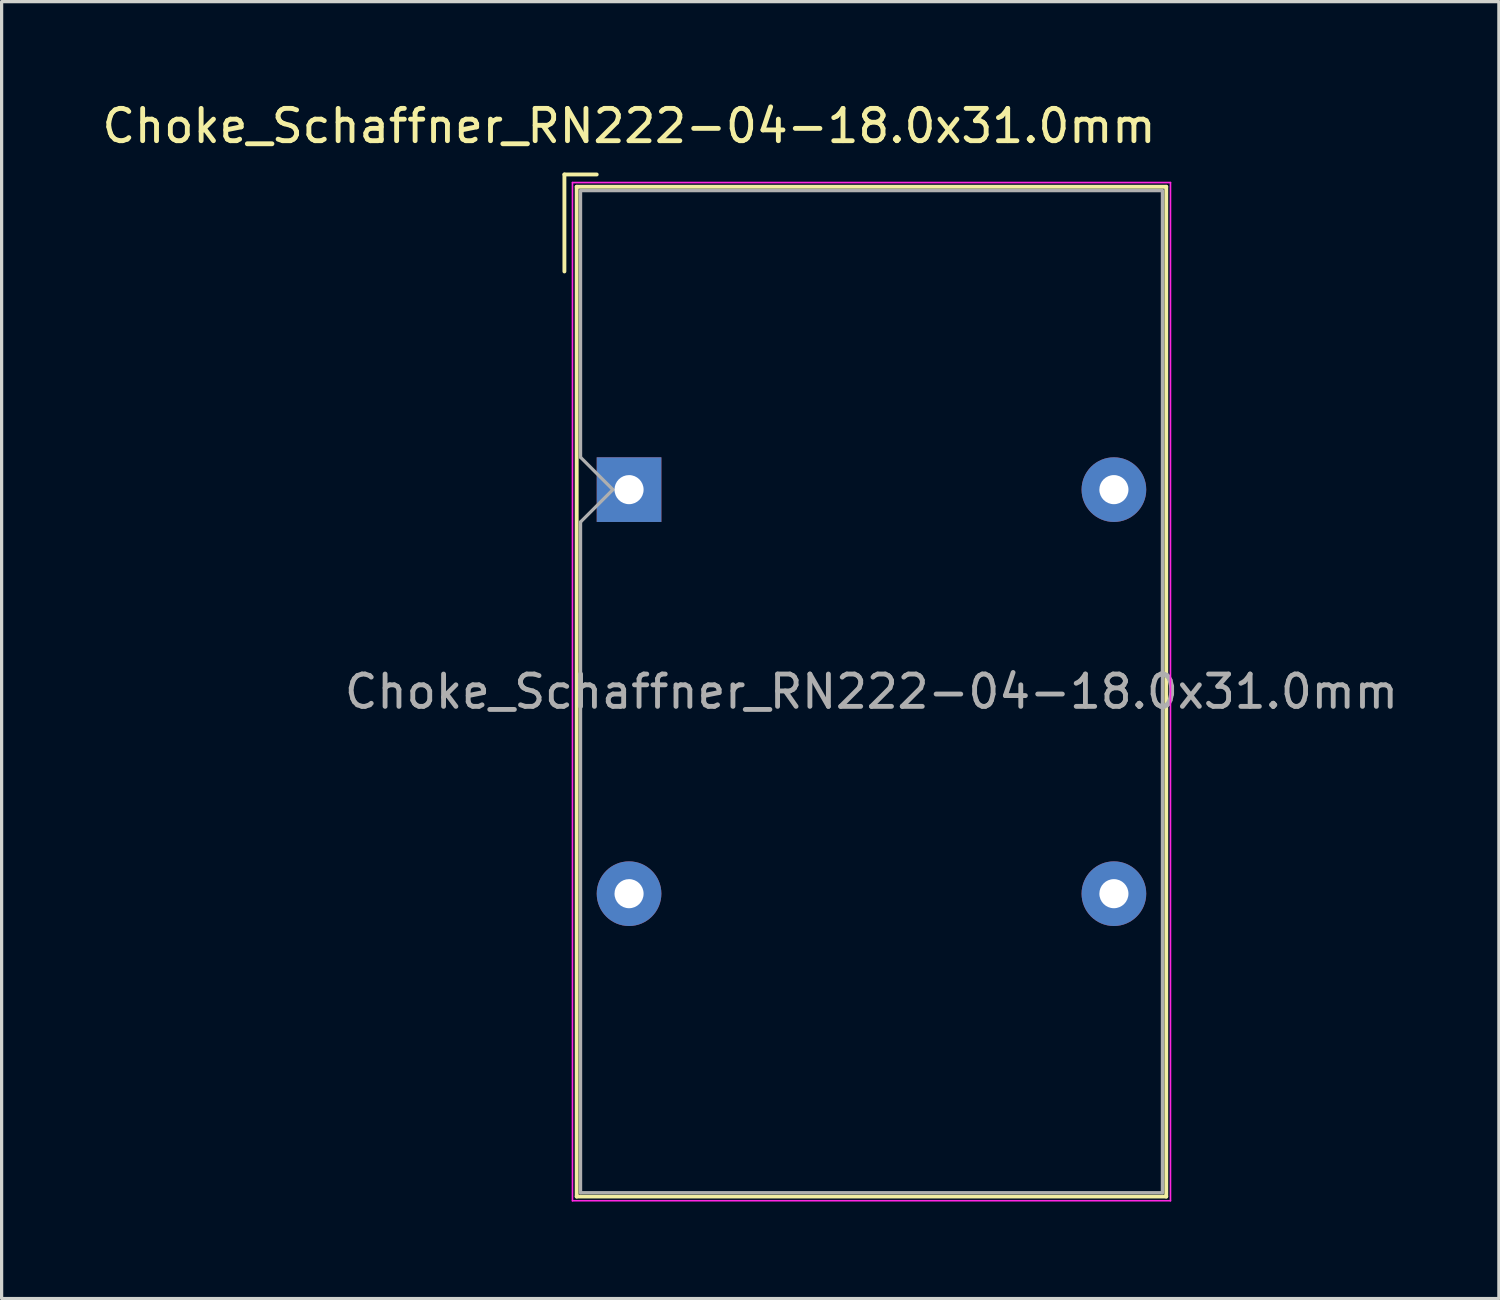
<source format=kicad_pcb>
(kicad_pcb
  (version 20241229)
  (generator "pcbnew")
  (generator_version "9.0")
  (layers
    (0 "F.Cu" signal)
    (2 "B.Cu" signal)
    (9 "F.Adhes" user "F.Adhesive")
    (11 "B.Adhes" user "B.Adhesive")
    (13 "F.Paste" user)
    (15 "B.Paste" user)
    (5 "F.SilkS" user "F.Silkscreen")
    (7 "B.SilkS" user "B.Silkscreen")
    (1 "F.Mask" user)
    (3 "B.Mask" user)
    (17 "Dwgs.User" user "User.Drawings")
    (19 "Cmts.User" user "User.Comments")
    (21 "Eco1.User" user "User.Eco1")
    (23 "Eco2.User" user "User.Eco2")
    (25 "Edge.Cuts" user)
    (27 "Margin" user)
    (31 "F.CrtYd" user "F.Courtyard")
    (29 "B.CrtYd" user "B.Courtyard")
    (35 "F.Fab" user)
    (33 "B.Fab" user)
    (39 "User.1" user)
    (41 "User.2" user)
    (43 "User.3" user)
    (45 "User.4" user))
  (footprint "Choke_Schaffner_RN222-04-18.0x31.0mm"
    (layer "F.Cu")
    (at 16.411 12.098)
    (property "Reference" "Choke_Schaffner_RN222-04-18.0x31.0mm" (at 0 -11.25 0) (layer "F.SilkS") (effects (font (size 1 1) (thickness 0.15))))
    (attr through_hole)
    (fp_line (start -2 -9.75) (end -2 -6.75) (stroke (width 0.12) (type solid)) (layer "F.SilkS"))
    (fp_line (start -2 -9.75) (end -1 -9.75) (stroke (width 0.12) (type solid)) (layer "F.SilkS"))
    (fp_line (start -1.62 -9.37) (end 16.62 -9.37) (stroke (width 0.12) (type solid)) (layer "F.SilkS"))
    (fp_line (start -1.62 21.87) (end -1.62 -9.37) (stroke (width 0.12) (type solid)) (layer "F.SilkS"))
    (fp_line (start 16.62 -9.37) (end 16.62 21.87) (stroke (width 0.12) (type solid)) (layer "F.SilkS"))
    (fp_line (start 16.62 21.87) (end -1.62 21.87) (stroke (width 0.12) (type solid)) (layer "F.SilkS"))
    (fp_line (start -1.75 -9.5) (end -1.75 22) (stroke (width 0.05) (type solid)) (layer "F.CrtYd"))
    (fp_line (start -1.75 22) (end 16.75 22) (stroke (width 0.05) (type solid)) (layer "F.CrtYd"))
    (fp_line (start 16.75 -9.5) (end -1.75 -9.5) (stroke (width 0.05) (type solid)) (layer "F.CrtYd"))
    (fp_line (start 16.75 22) (end 16.75 -9.5) (stroke (width 0.05) (type solid)) (layer "F.CrtYd"))
    (fp_line (start -1.5 -9.25) (end 16.5 -9.25) (stroke (width 0.1) (type solid)) (layer "F.Fab"))
    (fp_line (start -1.5 -1) (end -1.5 -9.25) (stroke (width 0.1) (type solid)) (layer "F.Fab"))
    (fp_line (start -1.5 1) (end -0.5 0) (stroke (width 0.1) (type solid)) (layer "F.Fab"))
    (fp_line (start -1.5 21.75) (end -1.5 1) (stroke (width 0.1) (type solid)) (layer "F.Fab"))
    (fp_line (start -0.5 0) (end -1.5 -1) (stroke (width 0.1) (type solid)) (layer "F.Fab"))
    (fp_line (start 16.5 -9.25) (end 16.5 21.75) (stroke (width 0.1) (type solid)) (layer "F.Fab"))
    (fp_line (start 16.5 21.75) (end -1.5 21.75) (stroke (width 0.1) (type solid)) (layer "F.Fab"))
    (fp_text user "${REFERENCE}" (at 7.5 6.25 0) (layer "F.Fab") (effects (font (size 1 1) (thickness 0.15))))
    (pad "1" thru_hole rect (at 0 0) (size 2 2) (drill 0.9) (layers "*.Cu" "*.Mask"))
    (pad "2" thru_hole circle (at 15 0) (size 2 2) (drill 0.9) (layers "*.Cu" "*.Mask"))
    (pad "3" thru_hole circle (at 0 12.5) (size 2 2) (drill 0.9) (layers "*.Cu" "*.Mask"))
    (pad "4" thru_hole circle (at 15 12.5) (size 2 2) (drill 0.9) (layers "*.Cu" "*.Mask")))
  (gr_rect
    (start -3 -3)
    (end 43.321 37.123)
    (stroke (width 0.1) (type default))
    (fill no)
    (layer "Edge.Cuts")))
</source>
